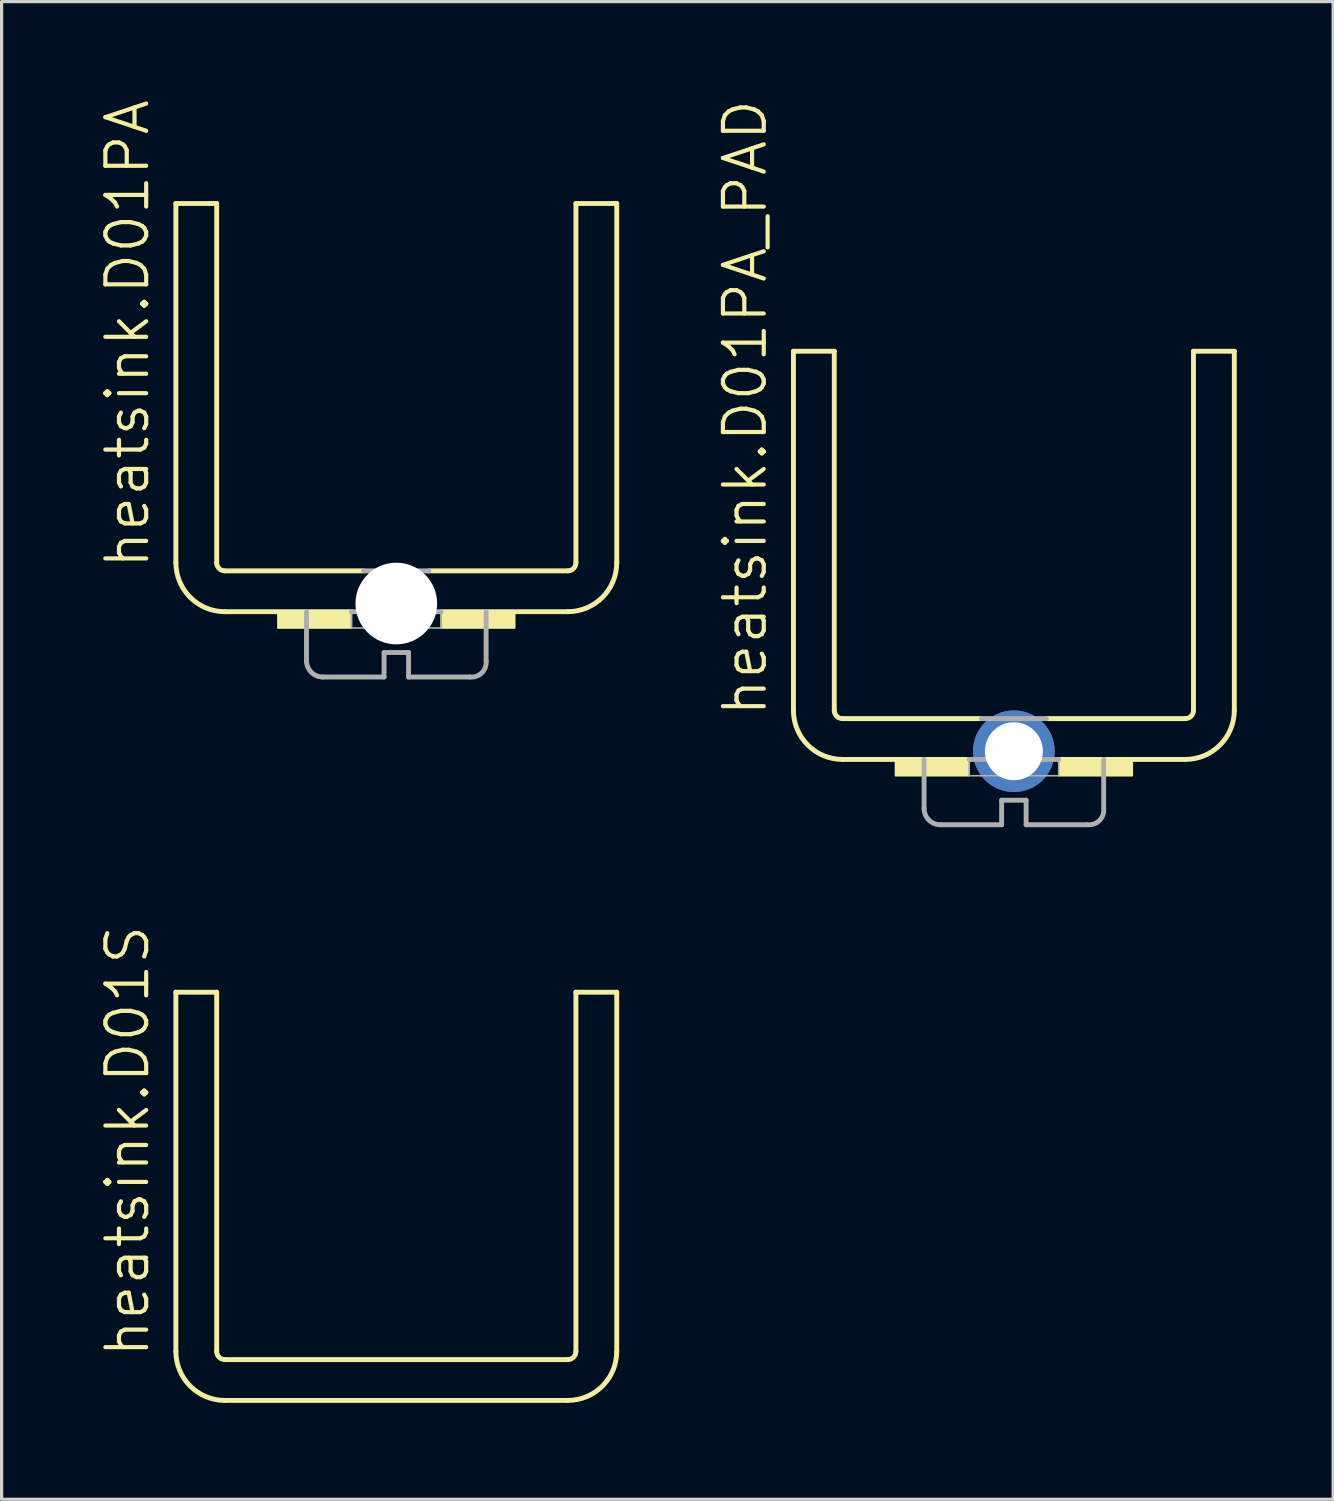
<source format=kicad_pcb>
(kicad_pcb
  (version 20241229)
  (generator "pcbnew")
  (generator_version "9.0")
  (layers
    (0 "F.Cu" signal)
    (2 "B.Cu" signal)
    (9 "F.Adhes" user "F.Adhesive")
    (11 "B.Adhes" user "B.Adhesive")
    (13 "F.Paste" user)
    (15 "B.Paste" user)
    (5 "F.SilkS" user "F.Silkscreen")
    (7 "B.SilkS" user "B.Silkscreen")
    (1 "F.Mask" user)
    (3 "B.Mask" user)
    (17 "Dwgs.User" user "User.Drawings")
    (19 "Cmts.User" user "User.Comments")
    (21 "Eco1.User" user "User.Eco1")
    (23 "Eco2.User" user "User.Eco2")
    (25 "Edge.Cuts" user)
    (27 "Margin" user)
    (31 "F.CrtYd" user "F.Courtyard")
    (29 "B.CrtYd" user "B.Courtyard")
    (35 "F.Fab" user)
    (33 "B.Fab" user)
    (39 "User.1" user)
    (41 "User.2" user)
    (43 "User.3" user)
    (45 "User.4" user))
  (footprint "heatsink.D01PA"
    (layer "F.Cu")
    (at 9.28 14.711)
    (property "Reference" "heatsink.D01PA" (at -7.62 0 90) (layer "F.SilkS") (effects (font (size 1.27 1.27) (thickness 0.13)) (justify left bottom)))
    (fp_line (start -6.858 -11.43) (end -5.588 -11.43) (stroke (width 0.152) (type default)) (layer "F.SilkS"))
    (fp_line (start -6.858 -0.254) (end -6.858 -11.43) (stroke (width 0.152) (type default)) (layer "F.SilkS"))
    (fp_line (start -5.588 -0.254) (end -5.588 -11.43) (stroke (width 0.152) (type default)) (layer "F.SilkS"))
    (fp_line (start -5.334 0) (end -1.016 0) (stroke (width 0.152) (type default)) (layer "F.SilkS"))
    (fp_line (start -1.397 1.27) (end -5.334 1.27) (stroke (width 0.152) (type default)) (layer "F.SilkS"))
    (fp_line (start 1.016 0) (end 5.334 0) (stroke (width 0.152) (type default)) (layer "F.SilkS"))
    (fp_line (start 1.397 1.27) (end 5.334 1.27) (stroke (width 0.152) (type default)) (layer "F.SilkS"))
    (fp_line (start 5.588 -0.254) (end 5.588 -11.43) (stroke (width 0.152) (type default)) (layer "F.SilkS"))
    (fp_line (start 6.858 -11.43) (end 5.588 -11.43) (stroke (width 0.152) (type default)) (layer "F.SilkS"))
    (fp_line (start 6.858 -0.254) (end 6.858 -11.43) (stroke (width 0.152) (type default)) (layer "F.SilkS"))
    (fp_rect (start -3.683 1.778) (end -1.397 1.27) (stroke (width 0.05) (type default)) (fill yes) (layer "F.SilkS"))
    (fp_rect (start 1.397 1.778) (end 3.683 1.27) (stroke (width 0.05) (type default)) (fill yes) (layer "F.SilkS"))
    (fp_arc (start -5.334 0) (mid -5.513605 -0.074395) (end -5.588 -0.254) (stroke (width 0.1524) (type default)) (layer "F.SilkS"))
    (fp_arc (start -5.334 1.27) (mid -6.411631 0.823631) (end -6.858 -0.254) (stroke (width 0.1524) (type default)) (layer "F.SilkS"))
    (fp_arc (start 5.588 -0.254) (mid 5.513605 -0.074395) (end 5.334 0) (stroke (width 0.1524) (type default)) (layer "F.SilkS"))
    (fp_arc (start 6.858 -0.254) (mid 6.411631 0.823631) (end 5.334 1.27) (stroke (width 0.1524) (type default)) (layer "F.SilkS"))
    (fp_line (start -2.794 2.794) (end -2.794 1.27) (stroke (width 0.152) (type default)) (layer "F.Fab"))
    (fp_line (start -2.286 3.302) (end -0.381 3.302) (stroke (width 0.152) (type default)) (layer "F.Fab"))
    (fp_line (start -1.016 0) (end 1.016 0) (stroke (width 0.152) (type default)) (layer "F.Fab"))
    (fp_line (start -0.381 2.54) (end -0.381 3.302) (stroke (width 0.152) (type default)) (layer "F.Fab"))
    (fp_line (start -0.381 2.54) (end 0.381 2.54) (stroke (width 0.152) (type default)) (layer "F.Fab"))
    (fp_line (start 0.381 3.302) (end 0.381 2.54) (stroke (width 0.152) (type default)) (layer "F.Fab"))
    (fp_line (start 1.397 1.27) (end -1.397 1.27) (stroke (width 0.152) (type default)) (layer "F.Fab"))
    (fp_line (start 2.286 3.302) (end 0.381 3.302) (stroke (width 0.152) (type default)) (layer "F.Fab"))
    (fp_line (start 2.794 2.794) (end 2.794 1.27) (stroke (width 0.152) (type default)) (layer "F.Fab"))
    (fp_rect (start -1.397 1.778) (end 1.397 1.27) (stroke (width 0.05) (type default)) (fill no) (layer "F.Fab"))
    (fp_arc (start -2.286 3.302) (mid -2.64521 3.15321) (end -2.794 2.794) (stroke (width 0.1524) (type default)) (layer "F.Fab"))
    (fp_arc (start 2.795 2.8049) (mid 2.658167 3.173934) (end 2.286 3.302) (stroke (width 0.1524) (type default)) (layer "F.Fab"))
    (pad "" np_thru_hole circle (at 0 1.016) (size 2.54 2.54) (drill 2.54) (layers "*.Cu" "*.Mask")))
  (footprint "heatsink.D01S"
    (layer "F.Cu")
    (at 9.28 39.25)
    (property "Reference" "heatsink.D01S" (at -7.62 0 90) (layer "F.SilkS") (effects (font (size 1.27 1.27) (thickness 0.13)) (justify left bottom)))
    (fp_line (start -6.858 -11.43) (end -5.588 -11.43) (stroke (width 0.152) (type default)) (layer "F.SilkS"))
    (fp_line (start -6.858 -0.254) (end -6.858 -11.43) (stroke (width 0.152) (type default)) (layer "F.SilkS"))
    (fp_line (start -5.588 -0.254) (end -5.588 -11.43) (stroke (width 0.152) (type default)) (layer "F.SilkS"))
    (fp_line (start -5.334 0) (end 5.334 0) (stroke (width 0.152) (type default)) (layer "F.SilkS"))
    (fp_line (start -5.334 1.27) (end 5.334 1.27) (stroke (width 0.152) (type default)) (layer "F.SilkS"))
    (fp_line (start 5.588 -0.254) (end 5.588 -11.43) (stroke (width 0.152) (type default)) (layer "F.SilkS"))
    (fp_line (start 6.858 -11.43) (end 5.588 -11.43) (stroke (width 0.152) (type default)) (layer "F.SilkS"))
    (fp_line (start 6.858 -0.254) (end 6.858 -11.43) (stroke (width 0.152) (type default)) (layer "F.SilkS"))
    (fp_arc (start -5.334 0) (mid -5.513605 -0.074395) (end -5.588 -0.254) (stroke (width 0.1524) (type default)) (layer "F.SilkS"))
    (fp_arc (start -5.334 1.27) (mid -6.411631 0.823631) (end -6.858 -0.254) (stroke (width 0.1524) (type default)) (layer "F.SilkS"))
    (fp_arc (start 5.588 -0.254) (mid 5.513605 -0.074395) (end 5.334 0) (stroke (width 0.1524) (type default)) (layer "F.SilkS"))
    (fp_arc (start 6.858 -0.254) (mid 6.411631 0.823631) (end 5.334 1.27) (stroke (width 0.1524) (type default)) (layer "F.SilkS")))
  (footprint "heatsink.D01PA_PAD"
    (layer "F.Cu")
    (at 28.494 19.307)
    (property "Reference" "heatsink.D01PA_PAD" (at -7.62 0 90) (layer "F.SilkS") (effects (font (size 1.27 1.27) (thickness 0.13)) (justify left bottom)))
    (attr through_hole)
    (fp_line (start -6.858 -11.43) (end -5.588 -11.43) (stroke (width 0.152) (type default)) (layer "F.SilkS"))
    (fp_line (start -6.858 -0.254) (end -6.858 -11.43) (stroke (width 0.152) (type default)) (layer "F.SilkS"))
    (fp_line (start -5.588 -0.254) (end -5.588 -11.43) (stroke (width 0.152) (type default)) (layer "F.SilkS"))
    (fp_line (start -5.334 0) (end -1.016 0) (stroke (width 0.152) (type default)) (layer "F.SilkS"))
    (fp_line (start -1.397 1.27) (end -5.334 1.27) (stroke (width 0.152) (type default)) (layer "F.SilkS"))
    (fp_line (start 1.016 0) (end 5.334 0) (stroke (width 0.152) (type default)) (layer "F.SilkS"))
    (fp_line (start 1.397 1.27) (end 5.334 1.27) (stroke (width 0.152) (type default)) (layer "F.SilkS"))
    (fp_line (start 5.588 -0.254) (end 5.588 -11.43) (stroke (width 0.152) (type default)) (layer "F.SilkS"))
    (fp_line (start 6.858 -11.43) (end 5.588 -11.43) (stroke (width 0.152) (type default)) (layer "F.SilkS"))
    (fp_line (start 6.858 -0.254) (end 6.858 -11.43) (stroke (width 0.152) (type default)) (layer "F.SilkS"))
    (fp_rect (start -3.683 1.778) (end -1.397 1.27) (stroke (width 0.05) (type default)) (fill yes) (layer "F.SilkS"))
    (fp_rect (start 1.397 1.778) (end 3.683 1.27) (stroke (width 0.05) (type default)) (fill yes) (layer "F.SilkS"))
    (fp_arc (start -5.334 0) (mid -5.513605 -0.074395) (end -5.588 -0.254) (stroke (width 0.1524) (type default)) (layer "F.SilkS"))
    (fp_arc (start -5.334 1.27) (mid -6.411631 0.823631) (end -6.858 -0.254) (stroke (width 0.1524) (type default)) (layer "F.SilkS"))
    (fp_arc (start 5.588 -0.254) (mid 5.513605 -0.074395) (end 5.334 0) (stroke (width 0.1524) (type default)) (layer "F.SilkS"))
    (fp_arc (start 6.858 -0.254) (mid 6.411631 0.823631) (end 5.334 1.27) (stroke (width 0.1524) (type default)) (layer "F.SilkS"))
    (fp_line (start -2.794 2.794) (end -2.794 1.27) (stroke (width 0.152) (type default)) (layer "F.Fab"))
    (fp_line (start -2.286 3.302) (end -0.381 3.302) (stroke (width 0.152) (type default)) (layer "F.Fab"))
    (fp_line (start -1.016 0) (end 1.016 0) (stroke (width 0.152) (type default)) (layer "F.Fab"))
    (fp_line (start -0.381 2.54) (end -0.381 3.302) (stroke (width 0.152) (type default)) (layer "F.Fab"))
    (fp_line (start -0.381 2.54) (end 0.381 2.54) (stroke (width 0.152) (type default)) (layer "F.Fab"))
    (fp_line (start 0.381 3.302) (end 0.381 2.54) (stroke (width 0.152) (type default)) (layer "F.Fab"))
    (fp_line (start 1.397 1.27) (end -1.397 1.27) (stroke (width 0.152) (type default)) (layer "F.Fab"))
    (fp_line (start 2.286 3.302) (end 0.381 3.302) (stroke (width 0.152) (type default)) (layer "F.Fab"))
    (fp_line (start 2.794 2.794) (end 2.794 1.27) (stroke (width 0.152) (type default)) (layer "F.Fab"))
    (fp_rect (start -1.397 1.778) (end 1.397 1.27) (stroke (width 0.05) (type default)) (fill no) (layer "F.Fab"))
    (fp_arc (start -2.286 3.302) (mid -2.64521 3.15321) (end -2.794 2.794) (stroke (width 0.1524) (type default)) (layer "F.Fab"))
    (fp_arc (start 2.795 2.8049) (mid 2.658131 3.173897) (end 2.286 3.302) (stroke (width 0.1524) (type default)) (layer "F.Fab"))
    (pad "B" thru_hole circle (at 0 1.016) (size 2.54 2.54) (drill 1.803) (layers "*.Cu" "*.Mask")))
  (gr_rect
    (start -3 -3)
    (end 38.428 43.596)
    (stroke (width 0.1) (type default))
    (fill no)
    (layer "Edge.Cuts")))
</source>
